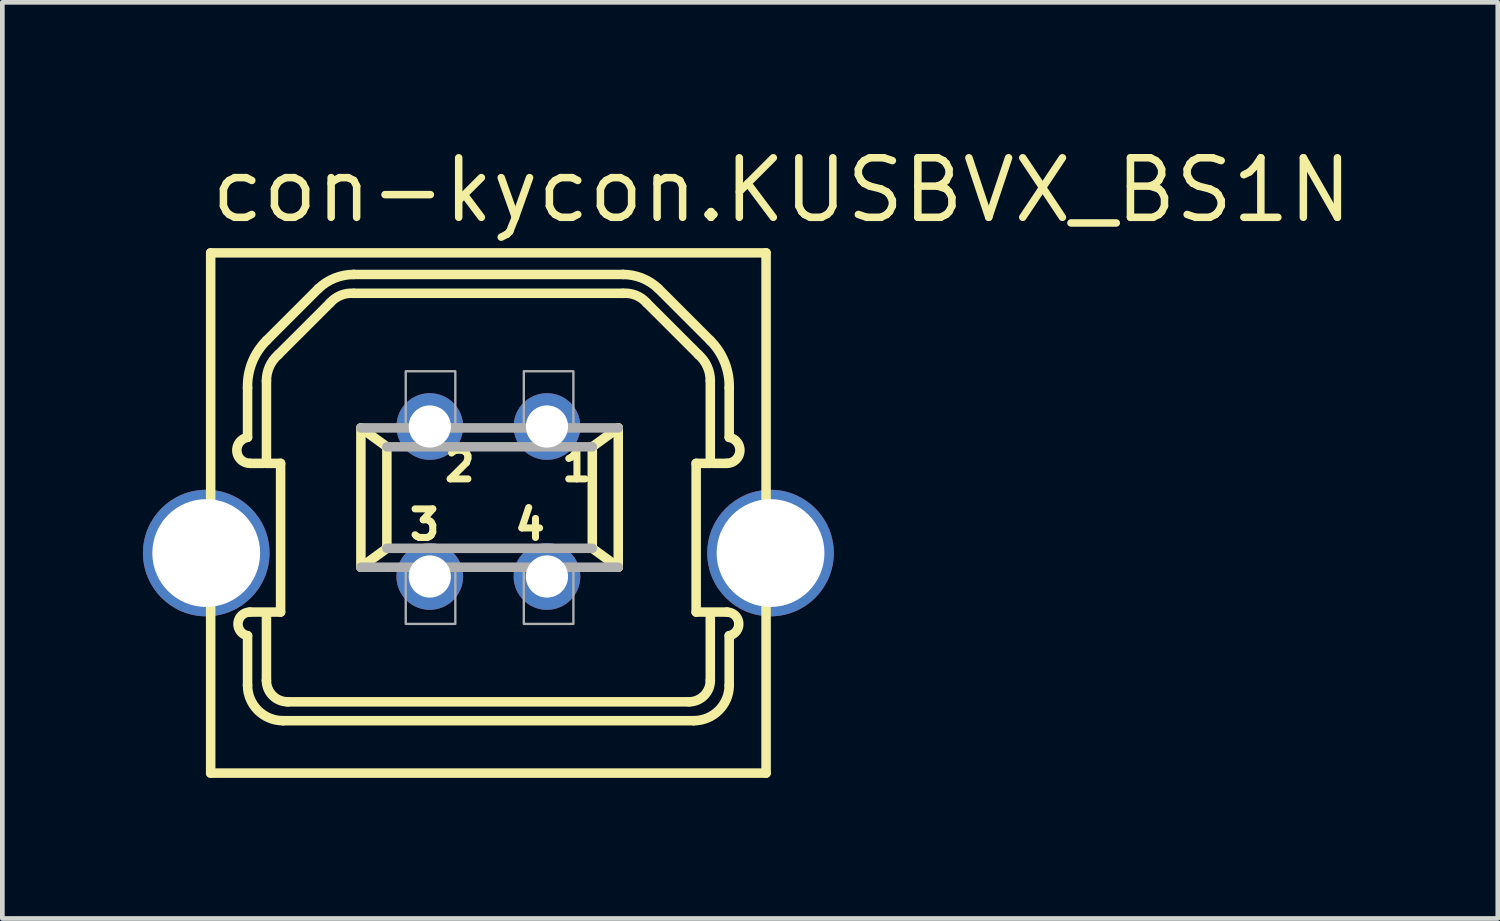
<source format=kicad_pcb>
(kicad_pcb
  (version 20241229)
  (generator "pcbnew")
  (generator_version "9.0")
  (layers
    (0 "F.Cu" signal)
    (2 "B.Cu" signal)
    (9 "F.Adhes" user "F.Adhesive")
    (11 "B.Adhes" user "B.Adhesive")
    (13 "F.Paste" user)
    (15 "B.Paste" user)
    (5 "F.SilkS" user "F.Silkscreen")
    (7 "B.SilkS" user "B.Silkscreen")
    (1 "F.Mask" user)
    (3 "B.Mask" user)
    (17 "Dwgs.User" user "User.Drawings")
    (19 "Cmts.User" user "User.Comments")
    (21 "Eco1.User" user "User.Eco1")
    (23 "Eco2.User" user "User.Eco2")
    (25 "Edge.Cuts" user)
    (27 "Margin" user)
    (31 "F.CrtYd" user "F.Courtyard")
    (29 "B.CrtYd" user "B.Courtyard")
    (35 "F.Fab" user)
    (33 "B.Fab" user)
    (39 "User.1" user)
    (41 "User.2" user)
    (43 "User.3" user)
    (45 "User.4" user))
  (footprint "con-kycon.KUSBVX_BS1N"
    (layer "F.Cu")
    (at 7.37 8.75)
    (property "Reference" "con-kycon.KUSBVX_BS1N" (at -6 -7 0) (layer "F.SilkS") (effects (font (size 1.27 1.27) (thickness 0.16)) (justify left bottom)))
    (attr through_hole)
    (fp_line (start -5.925 -6.405) (end 5.925 -6.405) (stroke (width 0.203) (type default)) (layer "F.SilkS"))
    (fp_line (start -5.925 4.695) (end -5.925 -6.405) (stroke (width 0.203) (type default)) (layer "F.SilkS"))
    (fp_line (start -5.925 4.695) (end 5.925 4.695) (stroke (width 0.203) (type default)) (layer "F.SilkS"))
    (fp_line (start -5.138 -3.526) (end -5.138 -2.469) (stroke (width 0.203) (type default)) (layer "F.SilkS"))
    (fp_line (start -5.138 1.763) (end -5.138 2.821) (stroke (width 0.203) (type default)) (layer "F.SilkS"))
    (fp_line (start -4.786 -1.914) (end -5.088 -1.914) (stroke (width 0.203) (type default)) (layer "F.SilkS"))
    (fp_line (start -4.735 -1.914) (end -4.735 -3.678) (stroke (width 0.203) (type default)) (layer "F.SilkS"))
    (fp_line (start -4.735 -1.914) (end -4.433 -1.914) (stroke (width 0.203) (type default)) (layer "F.SilkS"))
    (fp_line (start -4.735 2.72) (end -4.735 1.31) (stroke (width 0.203) (type default)) (layer "F.SilkS"))
    (fp_line (start -4.484 -4.232) (end -3.375 -5.34) (stroke (width 0.203) (type default)) (layer "F.SilkS"))
    (fp_line (start -4.433 -1.914) (end -4.433 1.259) (stroke (width 0.203) (type default)) (layer "F.SilkS"))
    (fp_line (start -4.433 1.259) (end -5.088 1.259) (stroke (width 0.203) (type default)) (layer "F.SilkS"))
    (fp_line (start -4.383 3.577) (end 4.383 3.577) (stroke (width 0.203) (type default)) (layer "F.SilkS"))
    (fp_line (start -3.627 -5.642) (end -4.735 -4.534) (stroke (width 0.203) (type default)) (layer "F.SilkS"))
    (fp_line (start -2.872 -5.542) (end 2.872 -5.542) (stroke (width 0.203) (type default)) (layer "F.SilkS"))
    (fp_line (start -2.72 -2.67) (end -2.166 -2.267) (stroke (width 0.203) (type default)) (layer "F.SilkS"))
    (fp_line (start -2.72 0.302) (end -2.72 -2.67) (stroke (width 0.203) (type default)) (layer "F.SilkS"))
    (fp_line (start -2.72 0.302) (end -2.166 -0.101) (stroke (width 0.203) (type default)) (layer "F.SilkS"))
    (fp_line (start -2.166 -0.101) (end -2.166 -2.267) (stroke (width 0.203) (type default)) (layer "F.SilkS"))
    (fp_line (start 2.217 -2.267) (end 2.217 -0.101) (stroke (width 0.203) (type default)) (layer "F.SilkS"))
    (fp_line (start 2.771 -2.67) (end 2.217 -2.267) (stroke (width 0.203) (type default)) (layer "F.SilkS"))
    (fp_line (start 2.771 -2.67) (end 2.771 0.302) (stroke (width 0.203) (type default)) (layer "F.SilkS"))
    (fp_line (start 2.771 0.302) (end 2.217 -0.101) (stroke (width 0.203) (type default)) (layer "F.SilkS"))
    (fp_line (start 2.872 -5.944) (end -2.872 -5.944) (stroke (width 0.203) (type default)) (layer "F.SilkS"))
    (fp_line (start 3.627 -5.642) (end 4.735 -4.534) (stroke (width 0.203) (type default)) (layer "F.SilkS"))
    (fp_line (start 4.282 3.174) (end -4.282 3.174) (stroke (width 0.203) (type default)) (layer "F.SilkS"))
    (fp_line (start 4.433 -1.914) (end 4.433 1.259) (stroke (width 0.203) (type default)) (layer "F.SilkS"))
    (fp_line (start 4.433 1.259) (end 5.088 1.259) (stroke (width 0.203) (type default)) (layer "F.SilkS"))
    (fp_line (start 4.484 -4.232) (end 3.375 -5.34) (stroke (width 0.203) (type default)) (layer "F.SilkS"))
    (fp_line (start 4.735 -1.914) (end 4.433 -1.914) (stroke (width 0.203) (type default)) (layer "F.SilkS"))
    (fp_line (start 4.735 -1.914) (end 4.735 -3.678) (stroke (width 0.203) (type default)) (layer "F.SilkS"))
    (fp_line (start 4.735 2.72) (end 4.735 1.31) (stroke (width 0.203) (type default)) (layer "F.SilkS"))
    (fp_line (start 4.786 -1.914) (end 5.088 -1.914) (stroke (width 0.203) (type default)) (layer "F.SilkS"))
    (fp_line (start 5.138 -3.526) (end 5.138 -2.469) (stroke (width 0.203) (type default)) (layer "F.SilkS"))
    (fp_line (start 5.138 1.763) (end 5.138 2.821) (stroke (width 0.203) (type default)) (layer "F.SilkS"))
    (fp_line (start 5.925 -6.405) (end 5.925 4.695) (stroke (width 0.203) (type default)) (layer "F.SilkS"))
    (fp_arc (start -5.1385 -3.5264) (mid -5.040322 -4.071509) (end -4.7354 -4.5339) (stroke (width 0.2032) (type default)) (layer "F.SilkS"))
    (fp_arc (start -5.1385 1.7632) (mid -5.341257 1.488495) (end -5.0881 1.2594) (stroke (width 0.2032) (type default)) (layer "F.SilkS"))
    (fp_arc (start -5.0881 -1.9143) (mid -5.366344 -2.168388) (end -5.1385 -2.4685) (stroke (width 0.2032) (type default)) (layer "F.SilkS"))
    (fp_arc (start -4.7354 -3.6775) (mid -4.669497 -3.98186) (end -4.4836 -4.2317) (stroke (width 0.2032) (type default)) (layer "F.SilkS"))
    (fp_arc (start -4.3828 3.5768) (mid -4.917161 3.355461) (end -5.1385 2.8211) (stroke (width 0.2032) (type default)) (layer "F.SilkS"))
    (fp_arc (start -4.282 3.1738) (mid -4.602602 3.041002) (end -4.7354 2.7204) (stroke (width 0.2032) (type default)) (layer "F.SilkS"))
    (fp_arc (start -3.6271 -5.6422) (mid -3.278413 -5.866118) (end -2.8715 -5.9445) (stroke (width 0.2032) (type default)) (layer "F.SilkS"))
    (fp_arc (start -3.3753 -5.34) (mid -3.147173 -5.500189) (end -2.8715 -5.5415) (stroke (width 0.2032) (type default)) (layer "F.SilkS"))
    (fp_arc (start 2.8715 -5.9445) (mid 3.278413 -5.866118) (end 3.6271 -5.6422) (stroke (width 0.2032) (type default)) (layer "F.SilkS"))
    (fp_arc (start 2.8715 -5.5415) (mid 3.147173 -5.500189) (end 3.3753 -5.34) (stroke (width 0.2032) (type default)) (layer "F.SilkS"))
    (fp_arc (start 4.4836 -4.2317) (mid 4.669497 -3.98186) (end 4.7354 -3.6775) (stroke (width 0.2032) (type default)) (layer "F.SilkS"))
    (fp_arc (start 4.7354 -4.5339) (mid 5.040322 -4.071509) (end 5.1385 -3.5264) (stroke (width 0.2032) (type default)) (layer "F.SilkS"))
    (fp_arc (start 4.7354 2.7204) (mid 4.602602 3.041002) (end 4.282 3.1738) (stroke (width 0.2032) (type default)) (layer "F.SilkS"))
    (fp_arc (start 5.0881 1.2594) (mid 5.341257 1.488495) (end 5.1385 1.7632) (stroke (width 0.2032) (type default)) (layer "F.SilkS"))
    (fp_arc (start 5.1385 -2.4685) (mid 5.366344 -2.168388) (end 5.0881 -1.9143) (stroke (width 0.2032) (type default)) (layer "F.SilkS"))
    (fp_arc (start 5.1385 2.8211) (mid 4.917161 3.355461) (end 4.3828 3.5768) (stroke (width 0.2032) (type default)) (layer "F.SilkS"))
    (fp_line (start -2.72 -2.67) (end 2.771 -2.67) (stroke (width 0.203) (type default)) (layer "F.Fab"))
    (fp_line (start -2.166 -2.267) (end 2.217 -2.267) (stroke (width 0.203) (type default)) (layer "F.Fab"))
    (fp_line (start 2.217 -0.101) (end -2.166 -0.101) (stroke (width 0.203) (type default)) (layer "F.Fab"))
    (fp_line (start 2.771 0.302) (end -2.72 0.302) (stroke (width 0.203) (type default)) (layer "F.Fab"))
    (fp_rect (start -1.763 -2.67) (end -0.705 -3.879) (stroke (width 0.05) (type default)) (fill no) (layer "F.Fab"))
    (fp_rect (start -1.763 1.511) (end -0.705 0.302) (stroke (width 0.05) (type default)) (fill no) (layer "F.Fab"))
    (fp_rect (start 0.756 -2.67) (end 1.814 -3.879) (stroke (width 0.05) (type default)) (fill no) (layer "F.Fab"))
    (fp_rect (start 0.756 1.511) (end 1.814 0.302) (stroke (width 0.05) (type default)) (fill no) (layer "F.Fab"))
    (fp_text user "2" (at -1 -1.5 0) (layer "F.SilkS") (effects (font (size 0.61 0.61) (thickness 0.15)) (justify left bottom)))
    (fp_text user "1" (at 1.5 -1.5 0) (layer "F.SilkS") (effects (font (size 0.61 0.61) (thickness 0.15)) (justify left bottom)))
    (fp_text user "4" (at 0.5 -0.25 0) (layer "F.SilkS") (effects (font (size 0.61 0.61) (thickness 0.15)) (justify left bottom)))
    (fp_text user "3" (at -1.75 -0.25 0) (layer "F.SilkS") (effects (font (size 0.61 0.61) (thickness 0.15)) (justify left bottom)))
    (pad "1" thru_hole circle (at 1.25 -2.7) (size 1.422 1.422) (drill 0.9) (layers "*.Cu" "*.Mask"))
    (pad "2" thru_hole circle (at -1.25 -2.7) (size 1.422 1.422) (drill 0.9) (layers "*.Cu" "*.Mask"))
    (pad "3" thru_hole circle (at -1.25 0.5) (size 1.422 1.422) (drill 0.9) (layers "*.Cu" "*.Mask"))
    (pad "4" thru_hole circle (at 1.25 0.5) (size 1.422 1.422) (drill 0.9) (layers "*.Cu" "*.Mask"))
    (pad "M1" thru_hole circle (at -6.02 0) (size 2.7 2.7) (drill 2.3) (layers "*.Cu" "*.Mask"))
    (pad "M2" thru_hole circle (at 6.02 0) (size 2.7 2.7) (drill 2.3) (layers "*.Cu" "*.Mask")))
  (gr_rect
    (start -3 -3)
    (end 28.907 16.547)
    (stroke (width 0.1) (type default))
    (fill no)
    (layer "Edge.Cuts")))
</source>
